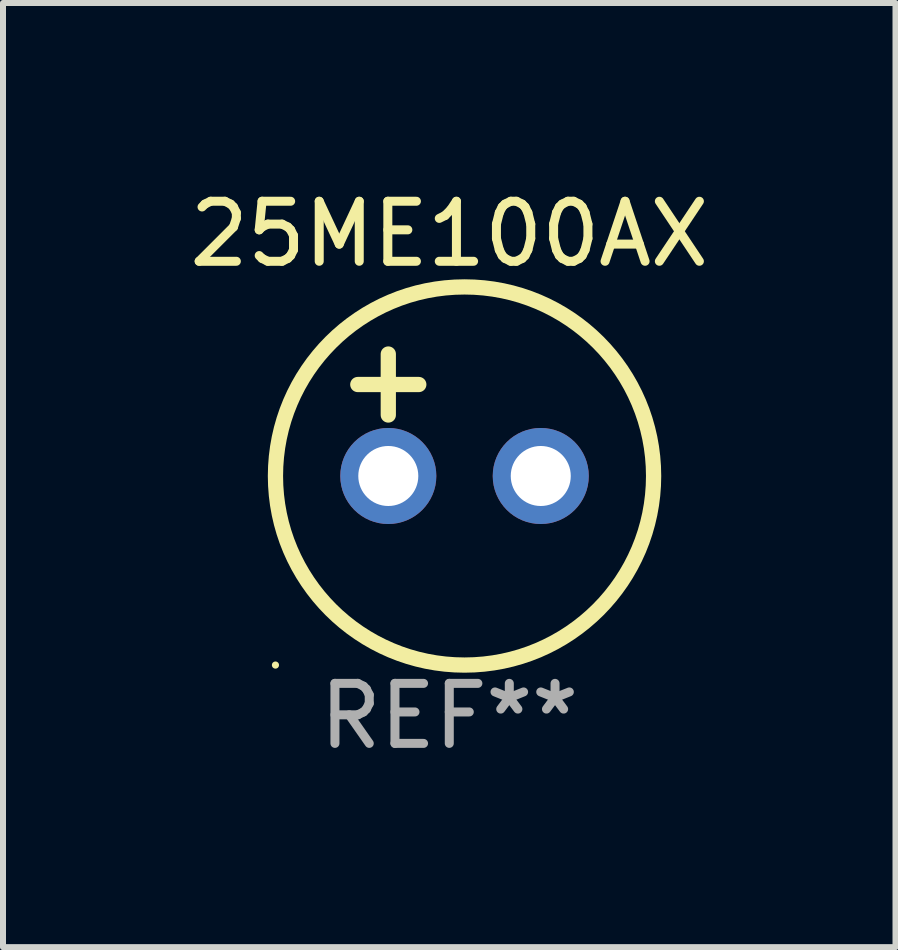
<source format=kicad_pcb>
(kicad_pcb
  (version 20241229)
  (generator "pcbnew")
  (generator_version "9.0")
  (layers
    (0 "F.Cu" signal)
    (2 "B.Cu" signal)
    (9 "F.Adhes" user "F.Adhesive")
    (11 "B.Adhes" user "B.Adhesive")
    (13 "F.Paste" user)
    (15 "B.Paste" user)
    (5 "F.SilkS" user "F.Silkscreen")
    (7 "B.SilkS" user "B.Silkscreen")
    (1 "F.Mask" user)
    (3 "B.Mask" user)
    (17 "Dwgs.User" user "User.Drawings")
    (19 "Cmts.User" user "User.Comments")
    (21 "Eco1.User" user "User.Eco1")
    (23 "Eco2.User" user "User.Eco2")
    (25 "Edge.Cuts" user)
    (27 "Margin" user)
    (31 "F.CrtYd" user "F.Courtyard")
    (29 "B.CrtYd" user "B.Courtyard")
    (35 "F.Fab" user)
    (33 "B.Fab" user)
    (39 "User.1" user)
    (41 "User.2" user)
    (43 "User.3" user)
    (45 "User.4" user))
  (footprint "25ME100AX"
    (layer "F.Cu")
    (at 4.435 3.864)
    (property "Reference" "25ME100AX" (at 0 -3.016 0) (layer "F.SilkS") (effects (font (size 1 1) (thickness 0.15))))
    (attr through_hole)
    (fp_line (start -1.524 -0.508) (end -0.508 -0.508) (stroke (width 0.254) (type solid)) (layer "F.SilkS"))
    (fp_line (start -1.016 -1.016) (end -1.016 0) (stroke (width 0.254) (type solid)) (layer "F.SilkS"))
    (fp_circle (center -2.896 4.166) (end -2.866 4.166) (stroke (width 0.06) (type solid)) (fill no) (layer "F.SilkS"))
    (fp_circle (center 0.254 1.016) (end 3.404 1.016) (stroke (width 0.254) (type solid)) (fill no) (layer "F.SilkS"))
    (fp_text user "REF**" (at 0 5.016 0) (layer "F.Fab") (effects (font (size 1 1) (thickness 0.15))))
    (pad "1" thru_hole circle (at -1.016 1.016) (size 1.6 1.6) (drill 1) (layers "*.Cu" "*.Mask"))
    (pad "2" thru_hole circle (at 1.524 1.016) (size 1.6 1.6) (drill 1) (layers "*.Cu" "*.Mask")))
  (gr_rect
    (start -3 -3)
    (end 11.869 12.729)
    (stroke (width 0.1) (type default))
    (fill no)
    (layer "Edge.Cuts")))
</source>
